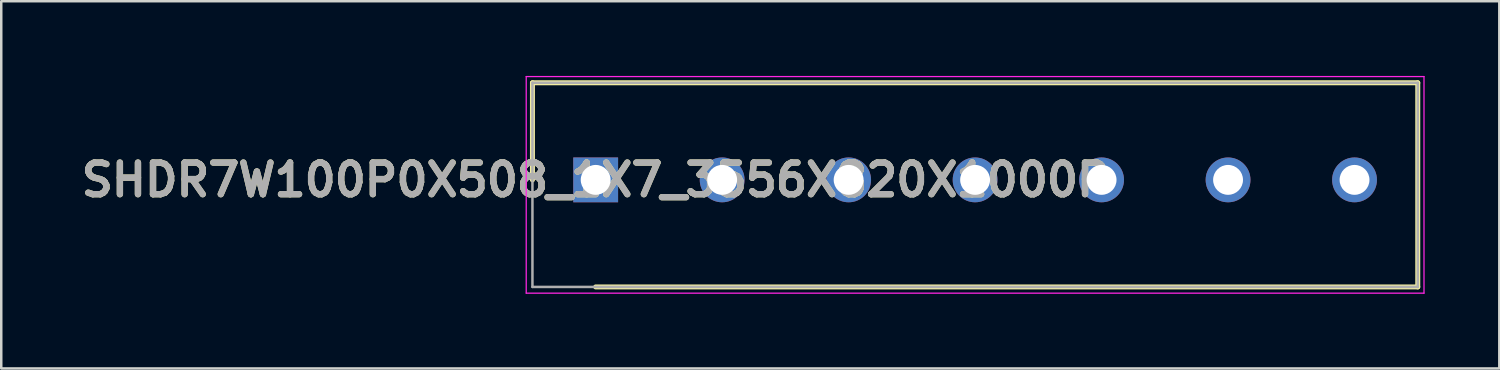
<source format=kicad_pcb>
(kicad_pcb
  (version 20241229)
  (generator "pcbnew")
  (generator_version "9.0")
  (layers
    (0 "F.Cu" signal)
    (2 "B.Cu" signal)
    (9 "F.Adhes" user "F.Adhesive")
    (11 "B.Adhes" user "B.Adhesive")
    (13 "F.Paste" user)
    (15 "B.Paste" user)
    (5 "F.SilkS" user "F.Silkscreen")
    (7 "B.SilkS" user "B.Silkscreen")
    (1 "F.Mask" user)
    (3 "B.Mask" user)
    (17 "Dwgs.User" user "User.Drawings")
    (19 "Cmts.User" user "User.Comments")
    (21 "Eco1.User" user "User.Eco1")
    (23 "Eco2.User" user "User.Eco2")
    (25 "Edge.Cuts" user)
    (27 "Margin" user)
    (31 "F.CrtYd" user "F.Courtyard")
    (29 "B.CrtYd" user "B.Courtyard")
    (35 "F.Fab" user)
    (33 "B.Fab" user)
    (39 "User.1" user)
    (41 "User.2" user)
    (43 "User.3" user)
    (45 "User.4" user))
  (footprint "SHDR7W100P0X508_1X7_3556X820X1000P"
    (layer "F.Cu")
    (at 20.876 4.175)
    (property "Reference" "SHDR7W100P0X508_1X7_3556X820X1000P" (at 0 0 0) (layer "F.SilkS") (effects (font (size 1.27 1.27) (thickness 0.254))))
    (attr through_hole)
    (fp_line (start -2.54 -3.9) (end -2.54 0) (stroke (width 0.2) (type solid)) (layer "F.SilkS"))
    (fp_line (start 0 4.3) (end 33.02 4.3) (stroke (width 0.2) (type solid)) (layer "F.SilkS"))
    (fp_line (start 33.02 -3.9) (end -2.54 -3.9) (stroke (width 0.2) (type solid)) (layer "F.SilkS"))
    (fp_line (start 33.02 4.3) (end 33.02 -3.9) (stroke (width 0.2) (type solid)) (layer "F.SilkS"))
    (fp_line (start -2.79 -4.15) (end 33.27 -4.15) (stroke (width 0.05) (type solid)) (layer "F.CrtYd"))
    (fp_line (start -2.79 4.55) (end -2.79 -4.15) (stroke (width 0.05) (type solid)) (layer "F.CrtYd"))
    (fp_line (start 33.27 -4.15) (end 33.27 4.55) (stroke (width 0.05) (type solid)) (layer "F.CrtYd"))
    (fp_line (start 33.27 4.55) (end -2.79 4.55) (stroke (width 0.05) (type solid)) (layer "F.CrtYd"))
    (fp_line (start -2.54 -3.9) (end 33.02 -3.9) (stroke (width 0.1) (type solid)) (layer "F.Fab"))
    (fp_line (start -2.54 4.3) (end -2.54 -3.9) (stroke (width 0.1) (type solid)) (layer "F.Fab"))
    (fp_line (start 33.02 -3.9) (end 33.02 4.3) (stroke (width 0.1) (type solid)) (layer "F.Fab"))
    (fp_line (start 33.02 4.3) (end -2.54 4.3) (stroke (width 0.1) (type solid)) (layer "F.Fab"))
    (fp_text user "${REFERENCE}" (at 0 0 0) (layer "F.Fab") (effects (font (size 1.27 1.27) (thickness 0.254))))
    (pad "1" thru_hole rect (at 0 0) (size 1.8 1.8) (drill 1.2) (layers "*.Cu" "*.Mask"))
    (pad "2" thru_hole circle (at 5.08 0) (size 1.8 1.8) (drill 1.2) (layers "*.Cu" "*.Mask"))
    (pad "3" thru_hole circle (at 10.16 0) (size 1.8 1.8) (drill 1.2) (layers "*.Cu" "*.Mask"))
    (pad "4" thru_hole circle (at 15.24 0) (size 1.8 1.8) (drill 1.2) (layers "*.Cu" "*.Mask"))
    (pad "5" thru_hole circle (at 20.32 0) (size 1.8 1.8) (drill 1.2) (layers "*.Cu" "*.Mask"))
    (pad "6" thru_hole circle (at 25.4 0) (size 1.8 1.8) (drill 1.2) (layers "*.Cu" "*.Mask"))
    (pad "7" thru_hole circle (at 30.48 0) (size 1.8 1.8) (drill 1.2) (layers "*.Cu" "*.Mask")))
  (gr_rect
    (start -3 -3)
    (end 57.171 11.75)
    (stroke (width 0.1) (type default))
    (fill no)
    (layer "Edge.Cuts")))
</source>
